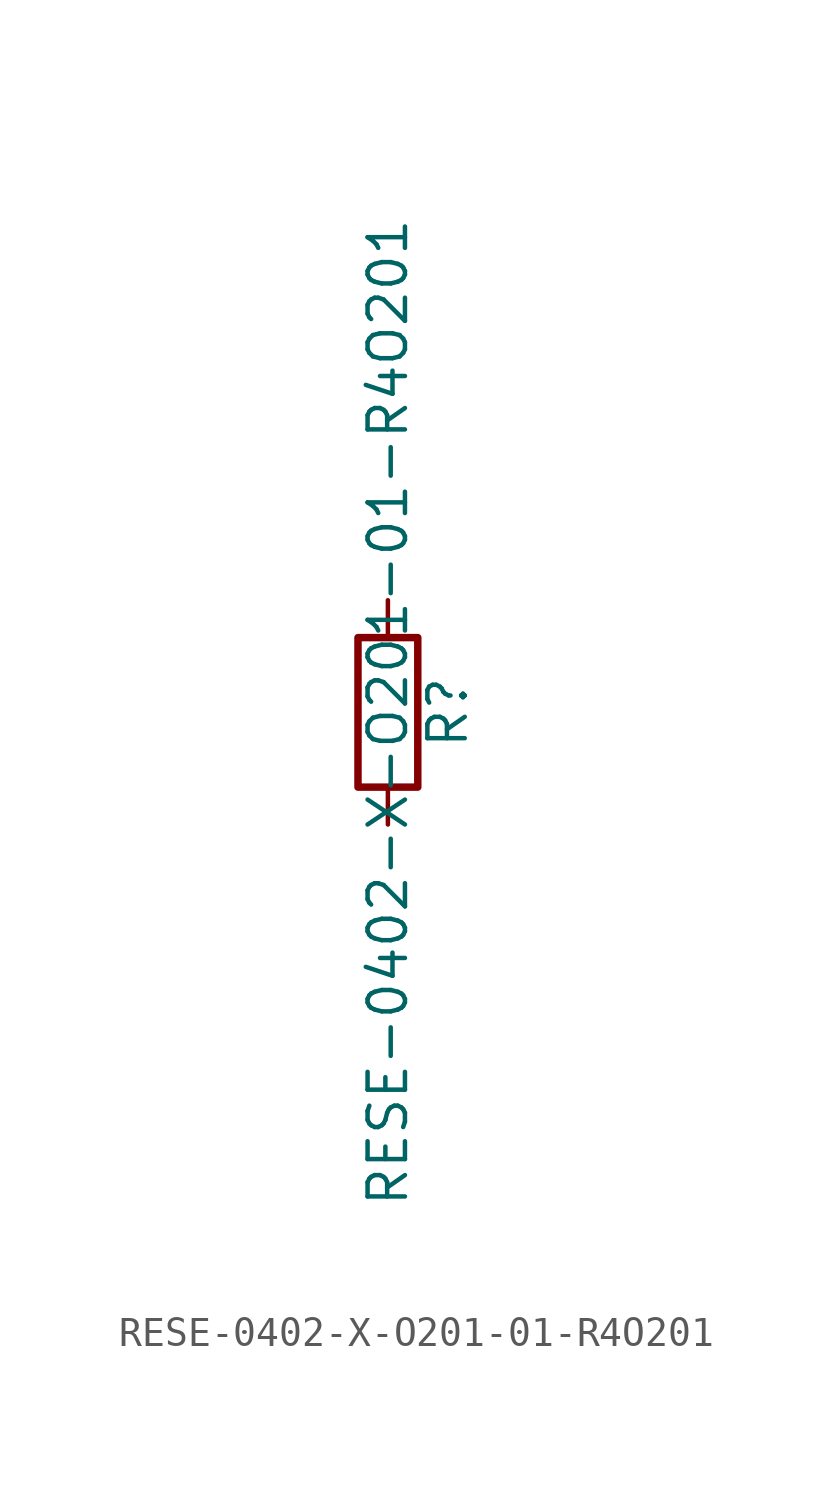
<source format=kicad_sym>
(kicad_symbol_lib
  (version 20211014)
  (generator kicad_symbol_editor)
  (symbol "RESE-0402-X-O201-01-R4O201"
    (pin_numbers hide)
    (pin_names
      (offset 0))
    (property "Reference" "R"
      (at 2.032 0 90)
      (effects (font (size 1.27 1.27))))
    (property "Value" "RESE-0402-X-O201-01-R4O201"
      (at 0 0 90)
      (effects (font (size 1.27 1.27))))
    (symbol "RESE-0402-X-O201-01-R4O201_0_1"
      (rectangle (start -1.016 -2.54) (end 1.016 2.54) (stroke (width 0.254) (type default) (color 0 0 0 0)) (fill (type none))))
    (symbol "RESE-0402-X-O201-01-R4O201_1_1"
      (pin passive line (at 0 3.81 270) (length 1.27) (name "~" (effects (font (size 1.27 1.27)))) (number "1" (effects (font (size 1.27 1.27)))))
      (pin passive line (at 0 -3.81 90) (length 1.27) (name "~" (effects (font (size 1.27 1.27)))) (number "2" (effects (font (size 1.27 1.27))))))))
</source>
